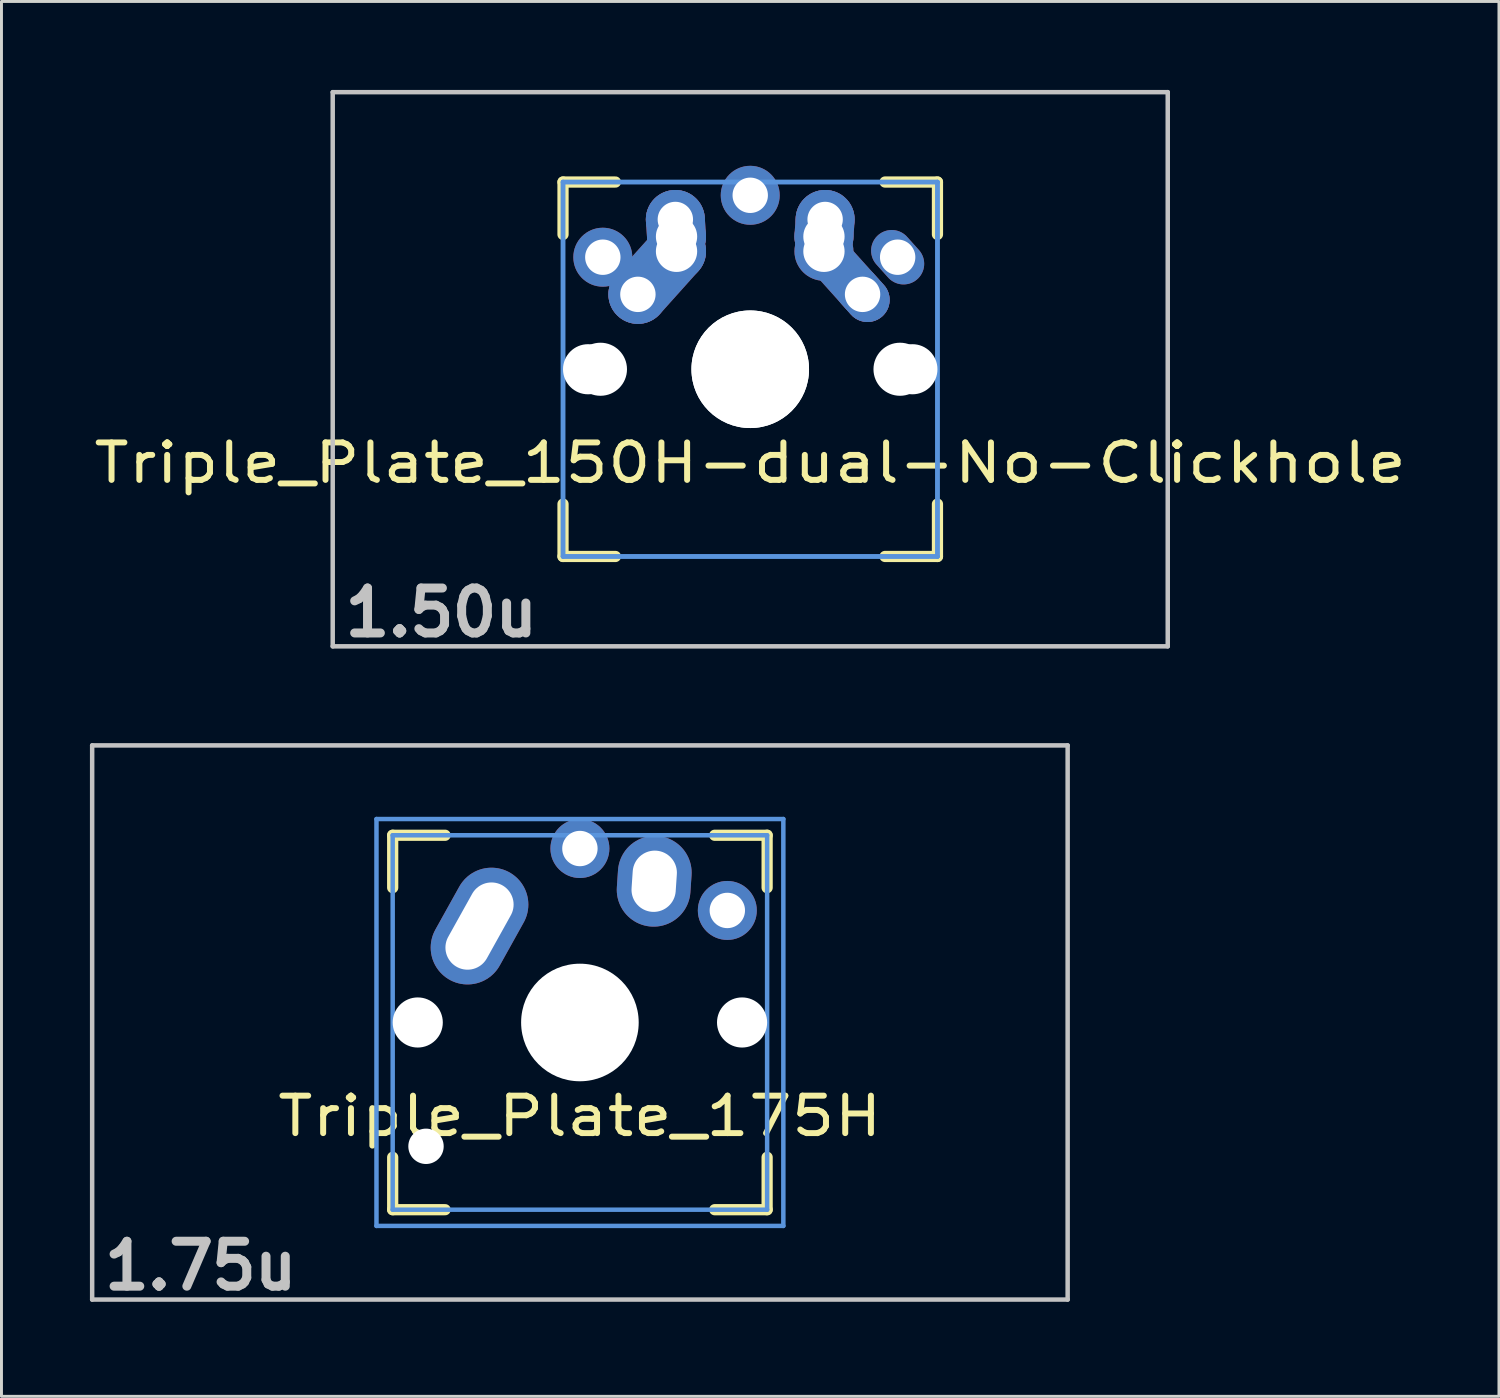
<source format=kicad_pcb>
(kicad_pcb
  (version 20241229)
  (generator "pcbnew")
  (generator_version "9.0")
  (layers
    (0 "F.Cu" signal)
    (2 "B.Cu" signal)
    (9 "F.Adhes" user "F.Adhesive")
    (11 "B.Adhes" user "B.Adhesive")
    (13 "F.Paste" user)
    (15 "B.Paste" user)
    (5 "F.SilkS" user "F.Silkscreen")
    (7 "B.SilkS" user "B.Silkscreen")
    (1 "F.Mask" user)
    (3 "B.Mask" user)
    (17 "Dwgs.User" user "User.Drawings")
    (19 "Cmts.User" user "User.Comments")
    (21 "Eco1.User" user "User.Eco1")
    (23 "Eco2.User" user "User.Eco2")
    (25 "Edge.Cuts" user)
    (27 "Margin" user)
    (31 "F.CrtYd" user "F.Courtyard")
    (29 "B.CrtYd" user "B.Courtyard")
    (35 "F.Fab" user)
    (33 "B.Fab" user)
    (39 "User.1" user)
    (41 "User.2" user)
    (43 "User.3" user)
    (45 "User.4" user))
  (footprint "Triple_Plate_150H-dual-No-Clickhole"
    (layer "F.Cu")
    (at 22.396 9.474)
    (property "Reference" "Triple_Plate_150H-dual-No-Clickhole" (at 0 3.175 0) (layer "F.SilkS") (effects (font (size 1.27 1.524) (thickness 0.203))))
    (attr through_hole)
    (fp_line (start -6.35 -6.35) (end -4.572 -6.35) (stroke (width 0.381) (type solid)) (layer "F.SilkS"))
    (fp_line (start -6.35 -4.572) (end -6.35 -6.35) (stroke (width 0.381) (type solid)) (layer "F.SilkS"))
    (fp_line (start -6.35 6.35) (end -6.35 4.572) (stroke (width 0.381) (type solid)) (layer "F.SilkS"))
    (fp_line (start -4.572 6.35) (end -6.35 6.35) (stroke (width 0.381) (type solid)) (layer "F.SilkS"))
    (fp_line (start 4.572 -6.35) (end 6.35 -6.35) (stroke (width 0.381) (type solid)) (layer "F.SilkS"))
    (fp_line (start 6.35 -6.35) (end 6.35 -4.572) (stroke (width 0.381) (type solid)) (layer "F.SilkS"))
    (fp_line (start 6.35 4.572) (end 6.35 6.35) (stroke (width 0.381) (type solid)) (layer "F.SilkS"))
    (fp_line (start 6.35 6.35) (end 4.572 6.35) (stroke (width 0.381) (type solid)) (layer "F.SilkS"))
    (fp_line (start -14.161 -9.398) (end 14.161 -9.398) (stroke (width 0.152) (type solid)) (layer "Dwgs.User"))
    (fp_line (start -14.161 9.398) (end -14.161 -9.398) (stroke (width 0.152) (type solid)) (layer "Dwgs.User"))
    (fp_line (start 14.161 -9.398) (end 14.161 9.398) (stroke (width 0.152) (type solid)) (layer "Dwgs.User"))
    (fp_line (start 14.161 9.398) (end -14.161 9.398) (stroke (width 0.152) (type solid)) (layer "Dwgs.User"))
    (fp_line (start -6.35 -6.35) (end 6.35 -6.35) (stroke (width 0.152) (type solid)) (layer "Cmts.User"))
    (fp_line (start -6.35 -6.35) (end 6.35 -6.35) (stroke (width 0.152) (type solid)) (layer "Cmts.User"))
    (fp_line (start -6.35 6.35) (end -6.35 -6.35) (stroke (width 0.152) (type solid)) (layer "Cmts.User"))
    (fp_line (start -6.35 6.35) (end -6.35 -6.35) (stroke (width 0.152) (type solid)) (layer "Cmts.User"))
    (fp_line (start 6.35 -6.35) (end 6.35 6.35) (stroke (width 0.152) (type solid)) (layer "Cmts.User"))
    (fp_line (start 6.35 -6.35) (end 6.35 6.35) (stroke (width 0.152) (type solid)) (layer "Cmts.User"))
    (fp_line (start 6.35 6.35) (end -6.35 6.35) (stroke (width 0.152) (type solid)) (layer "Cmts.User"))
    (fp_line (start 6.35 6.35) (end -6.35 6.35) (stroke (width 0.152) (type solid)) (layer "Cmts.User"))
    (fp_line (start -6.985 -6.985) (end 6.985 -6.985) (stroke (width 0.152) (type solid)) (layer "Eco2.User"))
    (fp_line (start -6.985 -6.985) (end 6.985 -6.985) (stroke (width 0.152) (type solid)) (layer "Eco2.User"))
    (fp_line (start -6.985 6.985) (end -6.985 -6.985) (stroke (width 0.152) (type solid)) (layer "Eco2.User"))
    (fp_line (start -6.985 6.985) (end -6.985 -6.985) (stroke (width 0.152) (type solid)) (layer "Eco2.User"))
    (fp_line (start 6.985 -6.985) (end 6.985 6.985) (stroke (width 0.152) (type solid)) (layer "Eco2.User"))
    (fp_line (start 6.985 -6.985) (end 6.985 6.985) (stroke (width 0.152) (type solid)) (layer "Eco2.User"))
    (fp_line (start 6.985 6.985) (end -6.985 6.985) (stroke (width 0.152) (type solid)) (layer "Eco2.User"))
    (fp_line (start 6.985 6.985) (end -6.985 6.985) (stroke (width 0.152) (type solid)) (layer "Eco2.User"))
    (fp_text user "1.50u" (at -10.477 8.255 0) (layer "Dwgs.User") (effects (font (size 1.524 1.524) (thickness 0.305))))
    (pad "" np_thru_hole circle (at -5.5 0) (size 1.7 1.7) (drill 1.7) (layers "*.Cu"))
    (pad "" np_thru_hole circle (at -5.08 0) (size 1.8 1.8) (drill 1.8) (layers "*.Cu"))
    (pad "" np_thru_hole circle (at 0 0) (size 3.988 3.988) (drill 3.988) (layers "*.Cu"))
    (pad "" np_thru_hole circle (at 0 0) (size 3.988 3.988) (drill 3.988) (layers "*.Cu"))
    (pad "" np_thru_hole circle (at 5.08 0) (size 1.8 1.8) (drill 1.8) (layers "*.Cu"))
    (pad "" np_thru_hole circle (at 5.5 0) (size 1.7 1.7) (drill 1.7) (layers "*.Cu"))
    (pad "1" thru_hole circle (at -5 -3.8 138.1) (size 2 2) (drill 1.2) (layers "*.Cu" "*.Mask"))
    (pad "1" thru_hole circle (at -3.81 -2.54) (size 2 2) (drill oval 1.2) (layers "*.Cu" "*.Mask"))
    (pad "1" smd oval (at -3.155 -3.27 138.1) (size 2 3.962) (layers "F.Cu" "F.Mask" "F.Paste"))
    (pad "1" smd oval (at -3.155 -3.27 138.1) (size 2 3.962) (layers "B.Cu" "B.Mask" "B.Paste"))
    (pad "1" thru_hole circle (at -2.54 -5.08 330.95) (size 2 2) (drill 1.2) (layers "*.Cu" "*.Mask"))
    (pad "1" smd oval (at -2.52 -4.79 3.945) (size 2 2.581) (layers "F.Cu" "F.Mask" "F.Paste"))
    (pad "1" smd oval (at -2.52 -4.79 3.945) (size 2 2.581) (layers "B.Cu" "B.Mask" "B.Paste"))
    (pad "1" thru_hole circle (at -2.5 -4.5 330.95) (size 2 2) (drill 1.4) (layers "*.Cu" "*.Mask"))
    (pad "1" thru_hole circle (at -2.5 -4 330.95) (size 2 2) (drill 1.4) (layers "*.Cu" "*.Mask"))
    (pad "1" thru_hole oval (at 5 -3.8 221.9) (size 1.4 2) (drill 1.2) (layers "*.Cu" "*.Mask"))
    (pad "2" thru_hole circle (at 0 -5.9) (size 2 2) (drill 1.2) (layers "*.Cu" "*.Mask"))
    (pad "2" thru_hole circle (at 2.5 -4.5 330.95) (size 2 2) (drill 1.4) (layers "*.Cu" "*.Mask"))
    (pad "2" thru_hole circle (at 2.5 -4) (size 2 2) (drill 1.4) (layers "*.Cu" "*.Mask"))
    (pad "2" smd oval (at 2.52 -4.79 356.055) (size 2 2.581) (layers "F.Cu" "F.Mask" "F.Paste"))
    (pad "2" smd oval (at 2.52 -4.79 356.055) (size 2 2.581) (layers "B.Cu" "B.Mask" "B.Paste"))
    (pad "2" thru_hole circle (at 2.54 -5.08 330.95) (size 2 2) (drill 1.2) (layers "*.Cu" "*.Mask"))
    (pad "2" smd oval (at 3.155 -3.27 221.9) (size 1.5 3.962) (layers "F.Cu" "F.Mask" "F.Paste"))
    (pad "2" smd oval (at 3.155 -3.27 221.9) (size 1.5 3.962) (layers "B.Cu" "B.Mask" "B.Paste"))
    (pad "2" thru_hole oval (at 3.81 -2.54 311.9) (size 2 1.5) (drill 1.2) (layers "*.Cu" "*.Mask")))
  (footprint "Triple_Plate_175H"
    (layer "F.Cu")
    (at 16.619 31.63)
    (property "Reference" "Triple_Plate_175H" (at 0 3.175 0) (layer "F.SilkS") (effects (font (size 1.27 1.524) (thickness 0.203))))
    (attr through_hole)
    (fp_line (start -6.35 -6.35) (end -4.572 -6.35) (stroke (width 0.381) (type solid)) (layer "F.SilkS"))
    (fp_line (start -6.35 -4.572) (end -6.35 -6.35) (stroke (width 0.381) (type solid)) (layer "F.SilkS"))
    (fp_line (start -6.35 6.35) (end -6.35 4.572) (stroke (width 0.381) (type solid)) (layer "F.SilkS"))
    (fp_line (start -4.572 6.35) (end -6.35 6.35) (stroke (width 0.381) (type solid)) (layer "F.SilkS"))
    (fp_line (start 4.572 -6.35) (end 6.35 -6.35) (stroke (width 0.381) (type solid)) (layer "F.SilkS"))
    (fp_line (start 6.35 -6.35) (end 6.35 -4.572) (stroke (width 0.381) (type solid)) (layer "F.SilkS"))
    (fp_line (start 6.35 4.572) (end 6.35 6.35) (stroke (width 0.381) (type solid)) (layer "F.SilkS"))
    (fp_line (start 6.35 6.35) (end 4.572 6.35) (stroke (width 0.381) (type solid)) (layer "F.SilkS"))
    (fp_line (start -16.543 -9.398) (end 16.543 -9.398) (stroke (width 0.152) (type solid)) (layer "Dwgs.User"))
    (fp_line (start -16.543 9.398) (end -16.543 -9.398) (stroke (width 0.152) (type solid)) (layer "Dwgs.User"))
    (fp_line (start 16.543 -9.398) (end 16.543 9.398) (stroke (width 0.152) (type solid)) (layer "Dwgs.User"))
    (fp_line (start 16.543 9.398) (end -16.543 9.398) (stroke (width 0.152) (type solid)) (layer "Dwgs.User"))
    (fp_line (start -6.9 -6.9) (end 6.9 -6.9) (stroke (width 0.152) (type solid)) (layer "Cmts.User"))
    (fp_line (start -6.9 6.9) (end -6.9 -6.9) (stroke (width 0.152) (type solid)) (layer "Cmts.User"))
    (fp_line (start -6.35 -6.35) (end 6.35 -6.35) (stroke (width 0.152) (type solid)) (layer "Cmts.User"))
    (fp_line (start -6.35 6.35) (end -6.35 -6.35) (stroke (width 0.152) (type solid)) (layer "Cmts.User"))
    (fp_line (start 6.35 -6.35) (end 6.35 6.35) (stroke (width 0.152) (type solid)) (layer "Cmts.User"))
    (fp_line (start 6.35 6.35) (end -6.35 6.35) (stroke (width 0.152) (type solid)) (layer "Cmts.User"))
    (fp_line (start 6.9 -6.9) (end 6.9 6.9) (stroke (width 0.152) (type solid)) (layer "Cmts.User"))
    (fp_line (start 6.9 6.9) (end -6.9 6.9) (stroke (width 0.152) (type solid)) (layer "Cmts.User"))
    (fp_line (start -7.5 -7.5) (end 7.5 -7.5) (stroke (width 0.152) (type solid)) (layer "Eco2.User"))
    (fp_line (start -7.5 7.5) (end -7.5 -7.5) (stroke (width 0.152) (type solid)) (layer "Eco2.User"))
    (fp_line (start -6.985 -6.985) (end 6.985 -6.985) (stroke (width 0.152) (type solid)) (layer "Eco2.User"))
    (fp_line (start -6.985 6.985) (end -6.985 -6.985) (stroke (width 0.152) (type solid)) (layer "Eco2.User"))
    (fp_line (start 6.985 -6.985) (end 6.985 6.985) (stroke (width 0.152) (type solid)) (layer "Eco2.User"))
    (fp_line (start 6.985 6.985) (end -6.985 6.985) (stroke (width 0.152) (type solid)) (layer "Eco2.User"))
    (fp_line (start 7.5 -7.5) (end 7.5 7.5) (stroke (width 0.152) (type solid)) (layer "Eco2.User"))
    (fp_line (start 7.5 7.5) (end -7.5 7.5) (stroke (width 0.152) (type solid)) (layer "Eco2.User"))
    (fp_text user "1.75u" (at -12.86 8.255 0) (layer "Dwgs.User") (effects (font (size 1.524 1.524) (thickness 0.305))))
    (pad "" np_thru_hole circle (at -5.5 0) (size 1.7 1.7) (drill 1.7) (layers "*.Cu"))
    (pad "" np_thru_hole circle (at -5.22 4.2) (size 1.2 1.2) (drill 1.2) (layers "*.Cu"))
    (pad "" np_thru_hole circle (at 0 0) (size 3.4 3.4) (drill 3.4) (layers "*.Cu"))
    (pad "" np_thru_hole circle (at 0 0) (size 3.988 3.988) (drill 3.988) (layers "*.Cu"))
    (pad "" np_thru_hole circle (at 5.5 0) (size 1.7 1.7) (drill 1.7) (layers "*.Cu"))
    (pad "1" thru_hole oval (at -3.405 -3.27 330.9) (size 2.5 4.17) (drill oval 1.5 3.17) (layers "*.Cu" "*.Mask"))
    (pad "1" thru_hole circle (at 0 -5.9) (size 2 2) (drill 1.2) (layers "*.Cu" "*.Mask"))
    (pad "2" thru_hole oval (at 2.52 -4.79 356.1) (size 2.5 3.08) (drill oval 1.5 2.08) (layers "*.Cu" "*.Mask"))
    (pad "2" thru_hole circle (at 5 -3.8 221.9) (size 2 2) (drill 1.2) (layers "*.Cu" "*.Mask")))
  (gr_rect
    (start -3 -3)
    (end 47.791 44.311)
    (stroke (width 0.1) (type default))
    (fill no)
    (layer "Edge.Cuts")))
</source>
